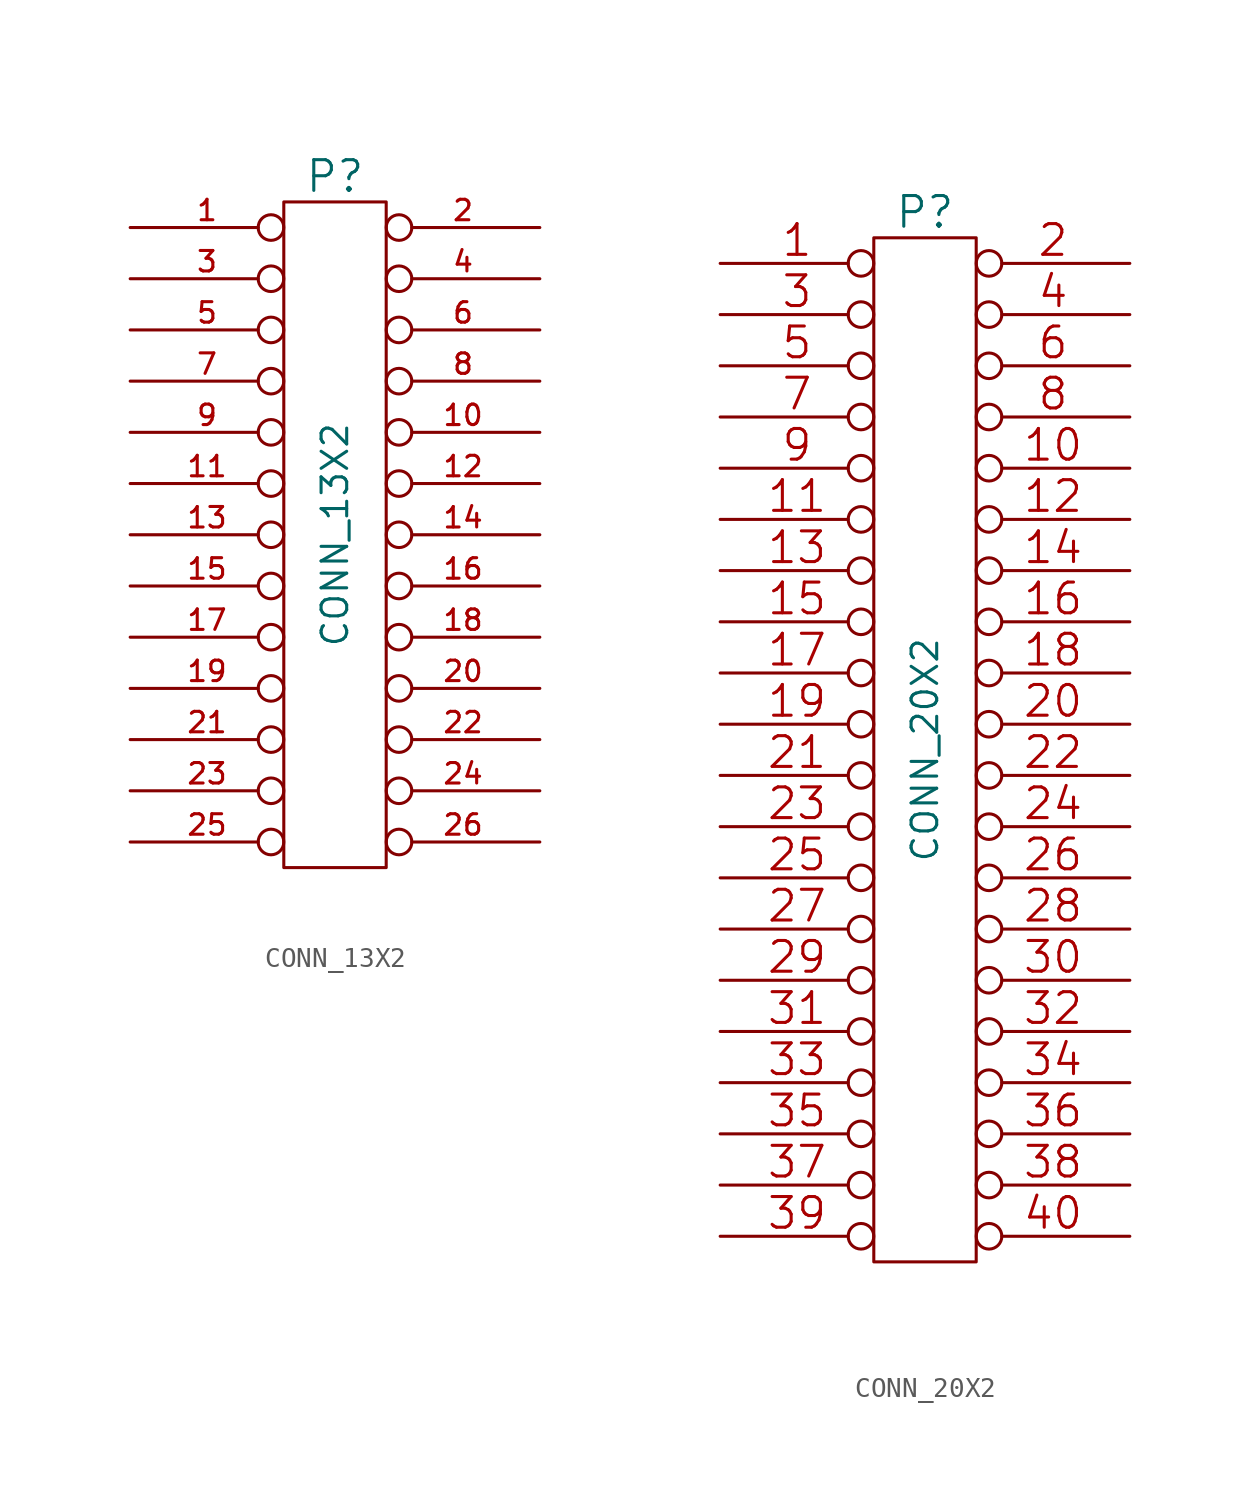
<source format=kicad_sym>
(kicad_symbol_lib
  (version 20201005)
  (generator kicad_symbol_editor)
  (symbol "kit-coldfire_schlib:CONN_13X2"
    (pin_names
      (offset 0.254) hide)
    (property "Reference" "P"
      (at 0 17.78 0)
      (effects (font (size 1.524 1.524))))
    (property "Value" "CONN_13X2"
      (at 0 0 90)
      (effects (font (size 1.27 1.27))))
    (property "Footprint" ""
      (at 0 0 0)
      (effects (font (size 1.524 1.524))))
    (property "Datasheet" ""
      (at 0 0 0)
      (effects (font (size 1.524 1.524))))
    (symbol "CONN_13X2_0_1"
      (rectangle (start -2.54 16.51) (end 2.54 -16.51) (stroke (width 0)) (fill (type none))))
    (symbol "CONN_13X2_1_1"
      (pin passive inverted (at -10.16 15.24 0) (length 7.62) (name "P1" (effects (font (size 0.762 0.762)))) (number "1" (effects (font (size 1.016 1.016)))))
      (pin passive inverted (at 10.16 5.08 180) (length 7.62) (name "P10" (effects (font (size 0.762 0.762)))) (number "10" (effects (font (size 1.016 1.016)))))
      (pin passive inverted (at -10.16 2.54 0) (length 7.62) (name "P11" (effects (font (size 0.762 0.762)))) (number "11" (effects (font (size 1.016 1.016)))))
      (pin passive inverted (at 10.16 2.54 180) (length 7.62) (name "P12" (effects (font (size 0.762 0.762)))) (number "12" (effects (font (size 1.016 1.016)))))
      (pin passive inverted (at -10.16 0 0) (length 7.62) (name "P13" (effects (font (size 0.762 0.762)))) (number "13" (effects (font (size 1.016 1.016)))))
      (pin passive inverted (at 10.16 0 180) (length 7.62) (name "P14" (effects (font (size 0.762 0.762)))) (number "14" (effects (font (size 1.016 1.016)))))
      (pin passive inverted (at -10.16 -2.54 0) (length 7.62) (name "P15" (effects (font (size 0.762 0.762)))) (number "15" (effects (font (size 1.016 1.016)))))
      (pin passive inverted (at 10.16 -2.54 180) (length 7.62) (name "P16" (effects (font (size 0.762 0.762)))) (number "16" (effects (font (size 1.016 1.016)))))
      (pin passive inverted (at -10.16 -5.08 0) (length 7.62) (name "P17" (effects (font (size 0.762 0.762)))) (number "17" (effects (font (size 1.016 1.016)))))
      (pin passive inverted (at 10.16 -5.08 180) (length 7.62) (name "P18" (effects (font (size 0.762 0.762)))) (number "18" (effects (font (size 1.016 1.016)))))
      (pin passive inverted (at -10.16 -7.62 0) (length 7.62) (name "P19" (effects (font (size 0.762 0.762)))) (number "19" (effects (font (size 1.016 1.016)))))
      (pin passive inverted (at 10.16 15.24 180) (length 7.62) (name "P2" (effects (font (size 0.762 0.762)))) (number "2" (effects (font (size 1.016 1.016)))))
      (pin passive inverted (at 10.16 -7.62 180) (length 7.62) (name "P20" (effects (font (size 0.762 0.762)))) (number "20" (effects (font (size 1.016 1.016)))))
      (pin passive inverted (at -10.16 -10.16 0) (length 7.62) (name "P21" (effects (font (size 0.762 0.762)))) (number "21" (effects (font (size 1.016 1.016)))))
      (pin passive inverted (at 10.16 -10.16 180) (length 7.62) (name "P22" (effects (font (size 0.762 0.762)))) (number "22" (effects (font (size 1.016 1.016)))))
      (pin passive inverted (at -10.16 -12.7 0) (length 7.62) (name "P23" (effects (font (size 0.762 0.762)))) (number "23" (effects (font (size 1.016 1.016)))))
      (pin passive inverted (at 10.16 -12.7 180) (length 7.62) (name "P20" (effects (font (size 0.762 0.762)))) (number "24" (effects (font (size 1.016 1.016)))))
      (pin passive inverted (at -10.16 -15.24 0) (length 7.62) (name "P24" (effects (font (size 0.762 0.762)))) (number "25" (effects (font (size 1.016 1.016)))))
      (pin passive inverted (at 10.16 -15.24 180) (length 7.62) (name "P22" (effects (font (size 0.762 0.762)))) (number "26" (effects (font (size 1.016 1.016)))))
      (pin passive inverted (at -10.16 12.7 0) (length 7.62) (name "P3" (effects (font (size 0.762 0.762)))) (number "3" (effects (font (size 1.016 1.016)))))
      (pin passive inverted (at 10.16 12.7 180) (length 7.62) (name "P4" (effects (font (size 0.762 0.762)))) (number "4" (effects (font (size 1.016 1.016)))))
      (pin passive inverted (at -10.16 10.16 0) (length 7.62) (name "P5" (effects (font (size 0.762 0.762)))) (number "5" (effects (font (size 1.016 1.016)))))
      (pin passive inverted (at 10.16 10.16 180) (length 7.62) (name "P6" (effects (font (size 0.762 0.762)))) (number "6" (effects (font (size 1.016 1.016)))))
      (pin passive inverted (at -10.16 7.62 0) (length 7.62) (name "P7" (effects (font (size 0.762 0.762)))) (number "7" (effects (font (size 1.016 1.016)))))
      (pin passive inverted (at 10.16 7.62 180) (length 7.62) (name "P8" (effects (font (size 0.762 0.762)))) (number "8" (effects (font (size 1.016 1.016)))))
      (pin passive inverted (at -10.16 5.08 0) (length 7.62) (name "P9" (effects (font (size 0.762 0.762)))) (number "9" (effects (font (size 1.016 1.016)))))))
  (symbol "kit-coldfire_schlib:CONN_20X2"
    (pin_names
      (offset 0.254) hide)
    (property "Reference" "P"
      (at 0 26.67 0)
      (effects (font (size 1.524 1.524))))
    (property "Value" "CONN_20X2"
      (at 0 0 90)
      (effects (font (size 1.27 1.27))))
    (property "Footprint" ""
      (at 0 0 0)
      (effects (font (size 1.524 1.524))))
    (property "Datasheet" ""
      (at 0 0 0)
      (effects (font (size 1.524 1.524))))
    (symbol "CONN_20X2_0_1"
      (rectangle (start -2.54 25.4) (end 2.54 -25.4) (stroke (width 0)) (fill (type none))))
    (symbol "CONN_20X2_1_1"
      (pin passive inverted (at -10.16 24.13 0) (length 7.62) (name "P1" (effects (font (size 0.762 0.762)))) (number "1" (effects (font (size 1.524 1.524)))))
      (pin passive inverted (at 10.16 13.97 180) (length 7.62) (name "P10" (effects (font (size 0.762 0.762)))) (number "10" (effects (font (size 1.524 1.524)))))
      (pin passive inverted (at -10.16 11.43 0) (length 7.62) (name "P11" (effects (font (size 0.762 0.762)))) (number "11" (effects (font (size 1.524 1.524)))))
      (pin passive inverted (at 10.16 11.43 180) (length 7.62) (name "P12" (effects (font (size 0.762 0.762)))) (number "12" (effects (font (size 1.524 1.524)))))
      (pin passive inverted (at -10.16 8.89 0) (length 7.62) (name "P13" (effects (font (size 0.762 0.762)))) (number "13" (effects (font (size 1.524 1.524)))))
      (pin passive inverted (at 10.16 8.89 180) (length 7.62) (name "P14" (effects (font (size 0.762 0.762)))) (number "14" (effects (font (size 1.524 1.524)))))
      (pin passive inverted (at -10.16 6.35 0) (length 7.62) (name "P15" (effects (font (size 0.762 0.762)))) (number "15" (effects (font (size 1.524 1.524)))))
      (pin passive inverted (at 10.16 6.35 180) (length 7.62) (name "P16" (effects (font (size 0.762 0.762)))) (number "16" (effects (font (size 1.524 1.524)))))
      (pin passive inverted (at -10.16 3.81 0) (length 7.62) (name "P17" (effects (font (size 0.762 0.762)))) (number "17" (effects (font (size 1.524 1.524)))))
      (pin passive inverted (at 10.16 3.81 180) (length 7.62) (name "P18" (effects (font (size 0.762 0.762)))) (number "18" (effects (font (size 1.524 1.524)))))
      (pin passive inverted (at -10.16 1.27 0) (length 7.62) (name "P19" (effects (font (size 0.762 0.762)))) (number "19" (effects (font (size 1.524 1.524)))))
      (pin passive inverted (at 10.16 24.13 180) (length 7.62) (name "P2" (effects (font (size 0.762 0.762)))) (number "2" (effects (font (size 1.524 1.524)))))
      (pin passive inverted (at 10.16 1.27 180) (length 7.62) (name "P20" (effects (font (size 0.762 0.762)))) (number "20" (effects (font (size 1.524 1.524)))))
      (pin passive inverted (at -10.16 -1.27 0) (length 7.62) (name "P21" (effects (font (size 0.762 0.762)))) (number "21" (effects (font (size 1.524 1.524)))))
      (pin passive inverted (at 10.16 -1.27 180) (length 7.62) (name "P22" (effects (font (size 0.762 0.762)))) (number "22" (effects (font (size 1.524 1.524)))))
      (pin passive inverted (at -10.16 -3.81 0) (length 7.62) (name "P23" (effects (font (size 0.762 0.762)))) (number "23" (effects (font (size 1.524 1.524)))))
      (pin passive inverted (at 10.16 -3.81 180) (length 7.62) (name "P24" (effects (font (size 0.762 0.762)))) (number "24" (effects (font (size 1.524 1.524)))))
      (pin passive inverted (at -10.16 -6.35 0) (length 7.62) (name "~" (effects (font (size 0.762 0.762)))) (number "25" (effects (font (size 1.524 1.524)))))
      (pin passive inverted (at 10.16 -6.35 180) (length 7.62) (name "P26" (effects (font (size 0.762 0.762)))) (number "26" (effects (font (size 1.524 1.524)))))
      (pin passive inverted (at -10.16 -8.89 0) (length 7.62) (name "P27" (effects (font (size 0.762 0.762)))) (number "27" (effects (font (size 1.524 1.524)))))
      (pin passive inverted (at 10.16 -8.89 180) (length 7.62) (name "P28" (effects (font (size 0.762 0.762)))) (number "28" (effects (font (size 1.524 1.524)))))
      (pin passive inverted (at -10.16 -11.43 0) (length 7.62) (name "P29" (effects (font (size 0.762 0.762)))) (number "29" (effects (font (size 1.524 1.524)))))
      (pin passive inverted (at -10.16 21.59 0) (length 7.62) (name "P3" (effects (font (size 0.762 0.762)))) (number "3" (effects (font (size 1.524 1.524)))))
      (pin passive inverted (at 10.16 -11.43 180) (length 7.62) (name "P30" (effects (font (size 0.762 0.762)))) (number "30" (effects (font (size 1.524 1.524)))))
      (pin passive inverted (at -10.16 -13.97 0) (length 7.62) (name "P31" (effects (font (size 0.762 0.762)))) (number "31" (effects (font (size 1.524 1.524)))))
      (pin passive inverted (at 10.16 -13.97 180) (length 7.62) (name "P32" (effects (font (size 0.762 0.762)))) (number "32" (effects (font (size 1.524 1.524)))))
      (pin passive inverted (at -10.16 -16.51 0) (length 7.62) (name "P33" (effects (font (size 0.762 0.762)))) (number "33" (effects (font (size 1.524 1.524)))))
      (pin passive inverted (at 10.16 -16.51 180) (length 7.62) (name "P34" (effects (font (size 0.762 0.762)))) (number "34" (effects (font (size 1.524 1.524)))))
      (pin passive inverted (at -10.16 -19.05 0) (length 7.62) (name "P35" (effects (font (size 0.762 0.762)))) (number "35" (effects (font (size 1.524 1.524)))))
      (pin passive inverted (at 10.16 -19.05 180) (length 7.62) (name "P36" (effects (font (size 0.762 0.762)))) (number "36" (effects (font (size 1.524 1.524)))))
      (pin passive inverted (at -10.16 -21.59 0) (length 7.62) (name "P37" (effects (font (size 0.762 0.762)))) (number "37" (effects (font (size 1.524 1.524)))))
      (pin passive inverted (at 10.16 -21.59 180) (length 7.62) (name "P38" (effects (font (size 0.762 0.762)))) (number "38" (effects (font (size 1.524 1.524)))))
      (pin passive inverted (at -10.16 -24.13 0) (length 7.62) (name "P39" (effects (font (size 0.762 0.762)))) (number "39" (effects (font (size 1.524 1.524)))))
      (pin passive inverted (at 10.16 21.59 180) (length 7.62) (name "P4" (effects (font (size 0.762 0.762)))) (number "4" (effects (font (size 1.524 1.524)))))
      (pin passive inverted (at 10.16 -24.13 180) (length 7.62) (name "P40" (effects (font (size 0.762 0.762)))) (number "40" (effects (font (size 1.524 1.524)))))
      (pin passive inverted (at -10.16 19.05 0) (length 7.62) (name "P5" (effects (font (size 0.762 0.762)))) (number "5" (effects (font (size 1.524 1.524)))))
      (pin passive inverted (at 10.16 19.05 180) (length 7.62) (name "P6" (effects (font (size 0.762 0.762)))) (number "6" (effects (font (size 1.524 1.524)))))
      (pin passive inverted (at -10.16 16.51 0) (length 7.62) (name "P7" (effects (font (size 0.762 0.762)))) (number "7" (effects (font (size 1.524 1.524)))))
      (pin passive inverted (at 10.16 16.51 180) (length 7.62) (name "P8" (effects (font (size 0.762 0.762)))) (number "8" (effects (font (size 1.524 1.524)))))
      (pin passive inverted (at -10.16 13.97 0) (length 7.62) (name "P9" (effects (font (size 0.762 0.762)))) (number "9" (effects (font (size 1.524 1.524))))))))
</source>
